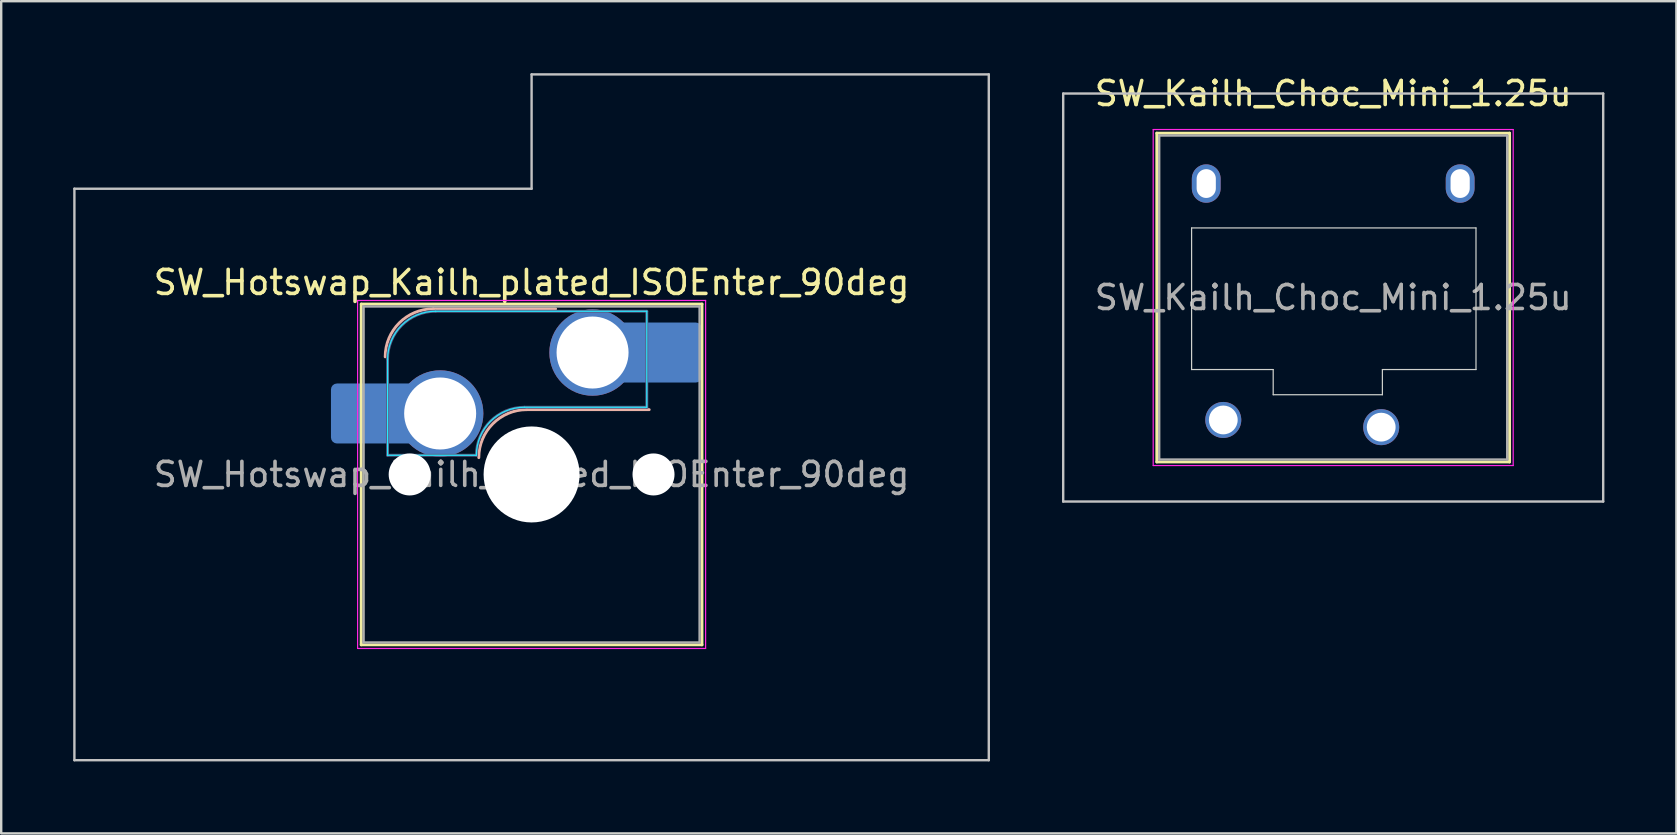
<source format=kicad_pcb>
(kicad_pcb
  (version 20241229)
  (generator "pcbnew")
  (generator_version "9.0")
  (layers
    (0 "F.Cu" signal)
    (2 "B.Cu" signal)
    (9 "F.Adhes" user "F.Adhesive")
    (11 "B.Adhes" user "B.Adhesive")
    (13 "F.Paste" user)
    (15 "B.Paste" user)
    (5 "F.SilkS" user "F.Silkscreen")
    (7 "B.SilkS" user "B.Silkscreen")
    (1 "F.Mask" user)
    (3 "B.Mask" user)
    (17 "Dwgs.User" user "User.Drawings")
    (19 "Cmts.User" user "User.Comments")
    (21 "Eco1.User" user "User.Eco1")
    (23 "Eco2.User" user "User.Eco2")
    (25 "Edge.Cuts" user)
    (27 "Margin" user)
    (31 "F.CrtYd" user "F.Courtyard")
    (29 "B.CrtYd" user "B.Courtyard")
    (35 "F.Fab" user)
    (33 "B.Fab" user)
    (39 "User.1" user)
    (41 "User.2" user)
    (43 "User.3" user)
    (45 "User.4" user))
  (footprint "SW_Kailh_Choc_Mini_1.25u"
    (layer "F.Cu")
    (at 52.5 9.348)
    (property "Reference" "SW_Kailh_Choc_Mini_1.25u" (at 0 -8.5 0) (layer "F.SilkS") (effects (font (size 1 1) (thickness 0.15))))
    (attr through_hole)
    (fp_line (start -7.35 -6.85) (end -7.35 6.85) (stroke (width 0.12) (type solid)) (layer "F.SilkS"))
    (fp_line (start -7.35 6.85) (end 7.35 6.85) (stroke (width 0.12) (type solid)) (layer "F.SilkS"))
    (fp_line (start 7.35 -6.85) (end -7.35 -6.85) (stroke (width 0.12) (type solid)) (layer "F.SilkS"))
    (fp_line (start 7.35 6.85) (end 7.35 -6.85) (stroke (width 0.12) (type solid)) (layer "F.SilkS"))
    (fp_line (start -11.25 -8.5) (end -11.25 8.5) (stroke (width 0.1) (type solid)) (layer "Dwgs.User"))
    (fp_line (start -11.25 8.5) (end 11.25 8.5) (stroke (width 0.1) (type solid)) (layer "Dwgs.User"))
    (fp_line (start 11.25 -8.5) (end -11.25 -8.5) (stroke (width 0.1) (type solid)) (layer "Dwgs.User"))
    (fp_line (start 11.25 8.5) (end 11.25 -8.5) (stroke (width 0.1) (type solid)) (layer "Dwgs.User"))
    (fp_line (start -6.85 -6.35) (end -6.85 6.35) (stroke (width 0.1) (type solid)) (layer "Eco1.User"))
    (fp_line (start -6.85 6.35) (end 6.85 6.35) (stroke (width 0.1) (type solid)) (layer "Eco1.User"))
    (fp_line (start 6.85 -6.35) (end -6.85 -6.35) (stroke (width 0.1) (type solid)) (layer "Eco1.User"))
    (fp_line (start 6.85 6.35) (end 6.85 -6.35) (stroke (width 0.1) (type solid)) (layer "Eco1.User"))
    (fp_line (start -5.9 -2.9) (end -5.9 3) (stroke (width 0.05) (type solid)) (layer "Edge.Cuts"))
    (fp_line (start -5.9 3) (end -2.5 3) (stroke (width 0.05) (type solid)) (layer "Edge.Cuts"))
    (fp_line (start -2.5 3) (end -2.5 4.05) (stroke (width 0.05) (type solid)) (layer "Edge.Cuts"))
    (fp_line (start -2.5 4.05) (end 2.05 4.05) (stroke (width 0.05) (type solid)) (layer "Edge.Cuts"))
    (fp_line (start 2.05 3) (end 5.95 3) (stroke (width 0.05) (type solid)) (layer "Edge.Cuts"))
    (fp_line (start 2.05 4.05) (end 2.05 3) (stroke (width 0.05) (type solid)) (layer "Edge.Cuts"))
    (fp_line (start 5.95 -2.9) (end -5.9 -2.9) (stroke (width 0.05) (type solid)) (layer "Edge.Cuts"))
    (fp_line (start 5.95 3) (end 5.95 -2.9) (stroke (width 0.05) (type solid)) (layer "Edge.Cuts"))
    (fp_line (start -7.5 -7) (end -7.5 7) (stroke (width 0.05) (type solid)) (layer "F.CrtYd"))
    (fp_line (start -7.5 7) (end 7.5 7) (stroke (width 0.05) (type solid)) (layer "F.CrtYd"))
    (fp_line (start 7.5 -7) (end -7.5 -7) (stroke (width 0.05) (type solid)) (layer "F.CrtYd"))
    (fp_line (start 7.5 7) (end 7.5 -7) (stroke (width 0.05) (type solid)) (layer "F.CrtYd"))
    (fp_line (start -7.25 -6.75) (end -7.25 6.75) (stroke (width 0.1) (type solid)) (layer "F.Fab"))
    (fp_line (start -7.25 6.75) (end 7.25 6.75) (stroke (width 0.1) (type solid)) (layer "F.Fab"))
    (fp_line (start 7.25 -6.75) (end -7.25 -6.75) (stroke (width 0.1) (type solid)) (layer "F.Fab"))
    (fp_line (start 7.25 6.75) (end 7.25 -6.75) (stroke (width 0.1) (type solid)) (layer "F.Fab"))
    (fp_text user "${REFERENCE}" (at 0 0 0) (layer "F.Fab") (effects (font (size 1 1) (thickness 0.15))))
    (pad "" np_thru_hole oval (at -5.29 -4.75) (size 1.2 1.6) (drill oval 0.8 1.2) (layers "*.Cu" "*.Mask"))
    (pad "" np_thru_hole oval (at 5.29 -4.75) (size 1.2 1.6) (drill oval 0.8 1.2) (layers "*.Cu" "*.Mask"))
    (pad "1" thru_hole circle (at 2 5.4) (size 1.5 1.5) (drill 1.2) (layers "*.Cu" "*.Mask"))
    (pad "2" thru_hole circle (at -4.58 5.1) (size 1.5 1.5) (drill 1.2) (layers "*.Cu" "*.Mask")))
  (footprint "SW_Hotswap_Kailh_plated_ISOEnter_90deg"
    (layer "F.Cu")
    (at 19.1 16.719)
    (property "Reference" "SW_Hotswap_Kailh_plated_ISOEnter_90deg" (at 0 -8 0) (layer "F.SilkS") (effects (font (size 1 1) (thickness 0.15))))
    (attr smd)
    (fp_line (start -7.1 -7.1) (end -7.1 7.1) (stroke (width 0.12) (type solid)) (layer "F.SilkS"))
    (fp_line (start -7.1 7.1) (end 7.1 7.1) (stroke (width 0.12) (type solid)) (layer "F.SilkS"))
    (fp_line (start 7.1 -7.1) (end -7.1 -7.1) (stroke (width 0.12) (type solid)) (layer "F.SilkS"))
    (fp_line (start 7.1 7.1) (end 7.1 -7.1) (stroke (width 0.12) (type solid)) (layer "F.SilkS"))
    (fp_line (start -4.1 -6.9) (end 1 -6.9) (stroke (width 0.12) (type solid)) (layer "B.SilkS"))
    (fp_line (start -0.2 -2.7) (end 4.9 -2.7) (stroke (width 0.12) (type solid)) (layer "B.SilkS"))
    (fp_arc (start -6.1 -4.9) (mid -5.514214 -6.314214) (end -4.1 -6.9) (stroke (width 0.12) (type solid)) (layer "B.SilkS"))
    (fp_arc (start -2.2 -0.7) (mid -1.614214 -2.114214) (end -0.2 -2.7) (stroke (width 0.12) (type solid)) (layer "B.SilkS"))
    (fp_line (start -19.05 -11.906) (end -19.05 11.906) (stroke (width 0.1) (type solid)) (layer "Dwgs.User"))
    (fp_line (start -19.05 11.906) (end 19.05 11.906) (stroke (width 0.1) (type solid)) (layer "Dwgs.User"))
    (fp_line (start 0 -16.669) (end 0 -11.906) (stroke (width 0.1) (type solid)) (layer "Dwgs.User"))
    (fp_line (start 0 -11.906) (end -19.05 -11.906) (stroke (width 0.1) (type solid)) (layer "Dwgs.User"))
    (fp_line (start 19.05 -16.669) (end 0 -16.669) (stroke (width 0.1) (type solid)) (layer "Dwgs.User"))
    (fp_line (start 19.05 11.906) (end 19.05 -16.669) (stroke (width 0.1) (type solid)) (layer "Dwgs.User"))
    (fp_line (start -7.8 -6) (end -7 -6) (stroke (width 0.1) (type solid)) (layer "Eco1.User"))
    (fp_line (start -7.8 -2.9) (end -7.8 -6) (stroke (width 0.1) (type solid)) (layer "Eco1.User"))
    (fp_line (start -7.8 2.9) (end -7 2.9) (stroke (width 0.1) (type solid)) (layer "Eco1.User"))
    (fp_line (start -7.8 6) (end -7.8 2.9) (stroke (width 0.1) (type solid)) (layer "Eco1.User"))
    (fp_line (start -7 -7) (end 7 -7) (stroke (width 0.1) (type solid)) (layer "Eco1.User"))
    (fp_line (start -7 -6) (end -7 -7) (stroke (width 0.1) (type solid)) (layer "Eco1.User"))
    (fp_line (start -7 -2.9) (end -7.8 -2.9) (stroke (width 0.1) (type solid)) (layer "Eco1.User"))
    (fp_line (start -7 2.9) (end -7 -2.9) (stroke (width 0.1) (type solid)) (layer "Eco1.User"))
    (fp_line (start -7 6) (end -7.8 6) (stroke (width 0.1) (type solid)) (layer "Eco1.User"))
    (fp_line (start -7 7) (end -7 6) (stroke (width 0.1) (type solid)) (layer "Eco1.User"))
    (fp_line (start 7 -7) (end 7 -6) (stroke (width 0.1) (type solid)) (layer "Eco1.User"))
    (fp_line (start 7 -6) (end 7.8 -6) (stroke (width 0.1) (type solid)) (layer "Eco1.User"))
    (fp_line (start 7 -2.9) (end 7 2.9) (stroke (width 0.1) (type solid)) (layer "Eco1.User"))
    (fp_line (start 7 2.9) (end 7.8 2.9) (stroke (width 0.1) (type solid)) (layer "Eco1.User"))
    (fp_line (start 7 6) (end 7 7) (stroke (width 0.1) (type solid)) (layer "Eco1.User"))
    (fp_line (start 7 7) (end -7 7) (stroke (width 0.1) (type solid)) (layer "Eco1.User"))
    (fp_line (start 7.8 -6) (end 7.8 -2.9) (stroke (width 0.1) (type solid)) (layer "Eco1.User"))
    (fp_line (start 7.8 -2.9) (end 7 -2.9) (stroke (width 0.1) (type solid)) (layer "Eco1.User"))
    (fp_line (start 7.8 2.9) (end 7.8 6) (stroke (width 0.1) (type solid)) (layer "Eco1.User"))
    (fp_line (start 7.8 6) (end 7 6) (stroke (width 0.1) (type solid)) (layer "Eco1.User"))
    (fp_line (start -6 -0.8) (end -6 -4.8) (stroke (width 0.05) (type solid)) (layer "B.CrtYd"))
    (fp_line (start -6 -0.8) (end -2.3 -0.8) (stroke (width 0.05) (type solid)) (layer "B.CrtYd"))
    (fp_line (start -4 -6.8) (end 4.8 -6.8) (stroke (width 0.05) (type solid)) (layer "B.CrtYd"))
    (fp_line (start -0.3 -2.8) (end 4.8 -2.8) (stroke (width 0.05) (type solid)) (layer "B.CrtYd"))
    (fp_line (start 4.8 -6.8) (end 4.8 -2.8) (stroke (width 0.05) (type solid)) (layer "B.CrtYd"))
    (fp_arc (start -6 -4.8) (mid -5.414214 -6.214214) (end -4 -6.8) (stroke (width 0.05) (type solid)) (layer "B.CrtYd"))
    (fp_arc (start -2.3 -0.8) (mid -1.714214 -2.214214) (end -0.3 -2.8) (stroke (width 0.05) (type solid)) (layer "B.CrtYd"))
    (fp_line (start -7.25 -7.25) (end -7.25 7.25) (stroke (width 0.05) (type solid)) (layer "F.CrtYd"))
    (fp_line (start -7.25 7.25) (end 7.25 7.25) (stroke (width 0.05) (type solid)) (layer "F.CrtYd"))
    (fp_line (start 7.25 -7.25) (end -7.25 -7.25) (stroke (width 0.05) (type solid)) (layer "F.CrtYd"))
    (fp_line (start 7.25 7.25) (end 7.25 -7.25) (stroke (width 0.05) (type solid)) (layer "F.CrtYd"))
    (fp_line (start -6 -0.8) (end -6 -4.8) (stroke (width 0.12) (type solid)) (layer "B.Fab"))
    (fp_line (start -6 -0.8) (end -2.3 -0.8) (stroke (width 0.12) (type solid)) (layer "B.Fab"))
    (fp_line (start -4 -6.8) (end 4.8 -6.8) (stroke (width 0.12) (type solid)) (layer "B.Fab"))
    (fp_line (start -0.3 -2.8) (end 4.8 -2.8) (stroke (width 0.12) (type solid)) (layer "B.Fab"))
    (fp_line (start 4.8 -6.8) (end 4.8 -2.8) (stroke (width 0.12) (type solid)) (layer "B.Fab"))
    (fp_arc (start -6 -4.8) (mid -5.414214 -6.214214) (end -4 -6.8) (stroke (width 0.12) (type solid)) (layer "B.Fab"))
    (fp_arc (start -2.3 -0.8) (mid -1.714214 -2.214214) (end -0.3 -2.8) (stroke (width 0.12) (type solid)) (layer "B.Fab"))
    (fp_line (start -7 -7) (end -7 7) (stroke (width 0.1) (type solid)) (layer "F.Fab"))
    (fp_line (start -7 7) (end 7 7) (stroke (width 0.1) (type solid)) (layer "F.Fab"))
    (fp_line (start 7 -7) (end -7 -7) (stroke (width 0.1) (type solid)) (layer "F.Fab"))
    (fp_line (start 7 7) (end 7 -7) (stroke (width 0.1) (type solid)) (layer "F.Fab"))
    (fp_text user "${REFERENCE}" (at 0 0 0) (layer "F.Fab") (effects (font (size 1 1) (thickness 0.15))))
    (pad "" smd roundrect (at -7.085 -2.54) (size 2.55 2.5) (layers "B.Mask" "B.Paste") (roundrect_rratio 0.1))
    (pad "" np_thru_hole circle (at -5.08 0) (size 1.75 1.75) (drill 1.75) (layers "*.Cu" "*.Mask"))
    (pad "" np_thru_hole circle (at 0 0) (size 4 4) (drill 4) (layers "*.Cu" "*.Mask"))
    (pad "" np_thru_hole circle (at 5.08 0) (size 1.75 1.75) (drill 1.75) (layers "*.Cu" "*.Mask"))
    (pad "" smd roundrect (at 5.842 -5.08) (size 2.55 2.5) (layers "B.Mask" "B.Paste") (roundrect_rratio 0.1))
    (pad "1" smd roundrect (at -6.585 -2.54) (size 3.55 2.5) (layers "B.Cu") (roundrect_rratio 0.1))
    (pad "1" thru_hole circle (at -3.81 -2.54) (size 3.6 3.6) (drill 3) (layers "*.Cu" "B.Mask"))
    (pad "2" thru_hole circle (at 2.54 -5.08) (size 3.6 3.6) (drill 3) (layers "*.Cu" "B.Mask"))
    (pad "2" smd roundrect (at 5.32 -5.08) (size 3.55 2.5) (layers "B.Cu") (roundrect_rratio 0.1)))
  (gr_rect
    (start -3 -3)
    (end 66.8 31.675)
    (stroke (width 0.1) (type default))
    (fill no)
    (layer "Edge.Cuts")))
</source>
